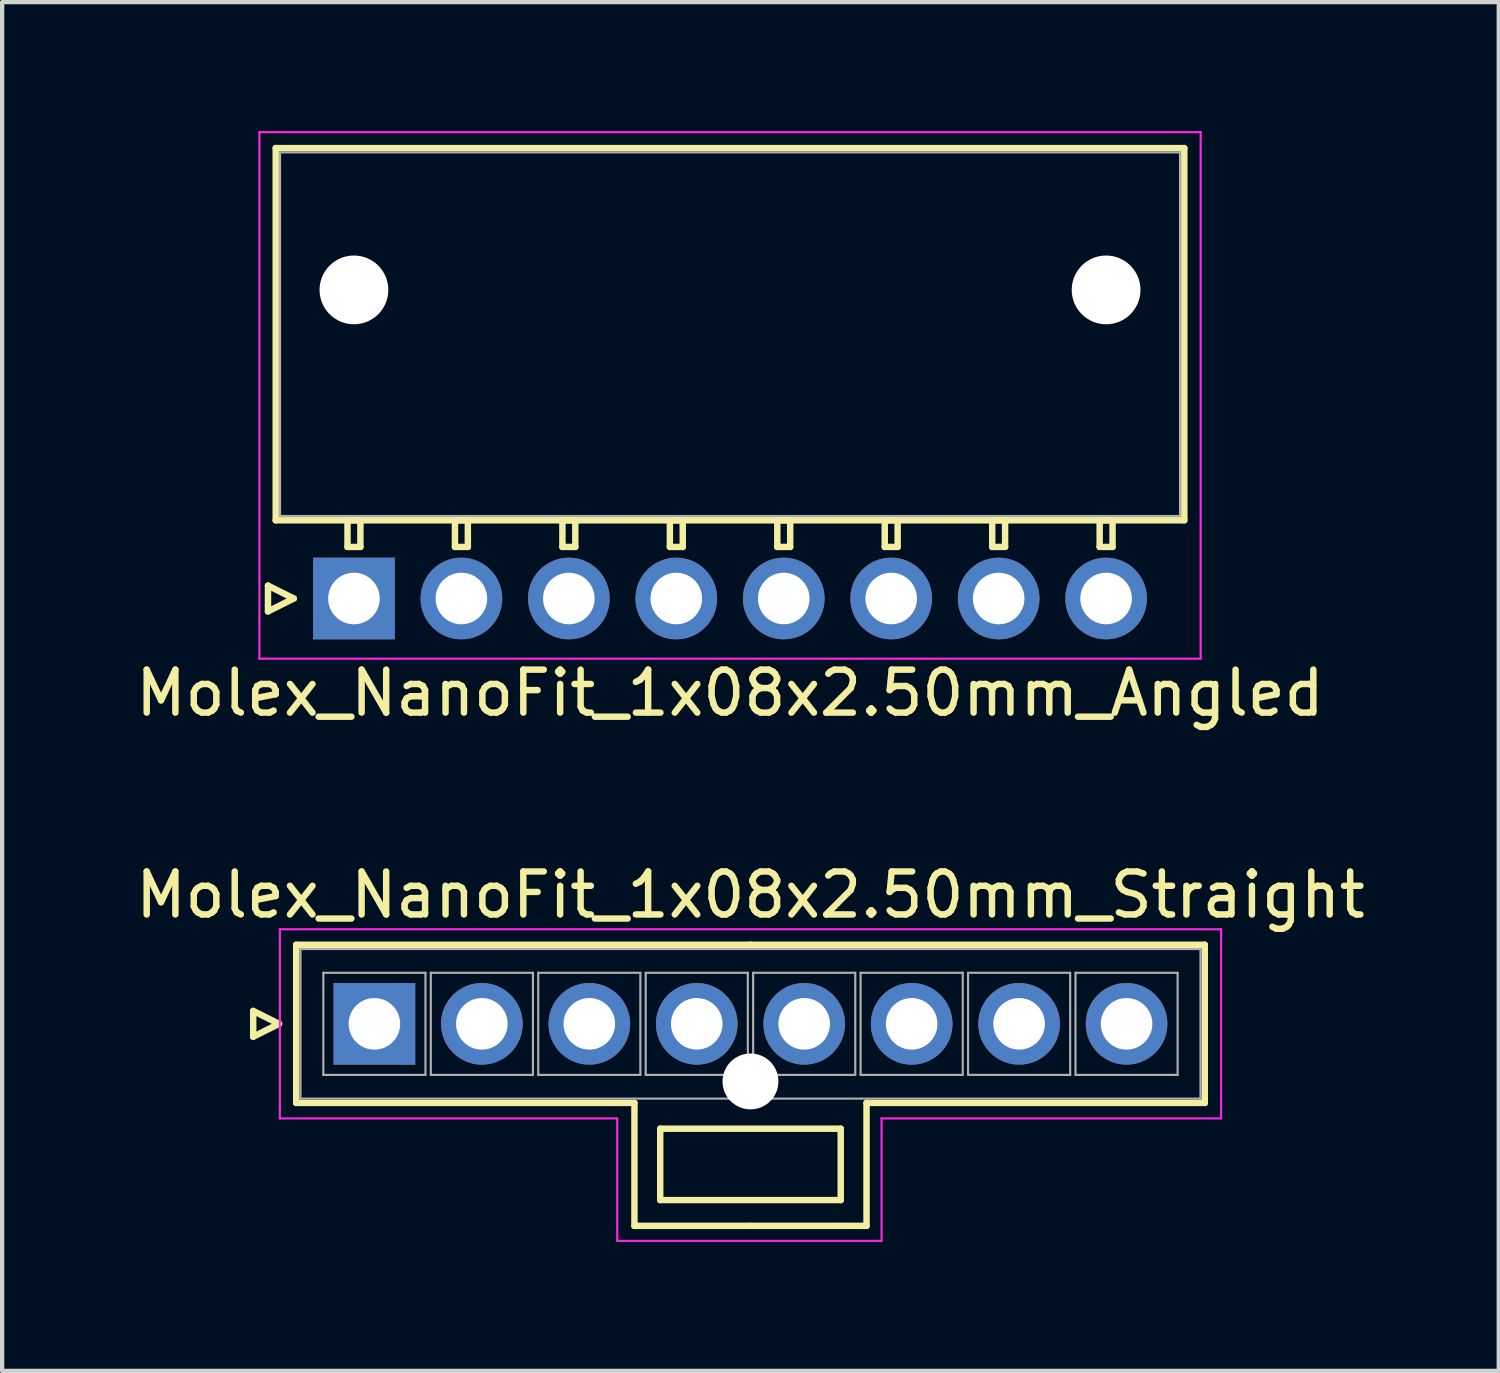
<source format=kicad_pcb>
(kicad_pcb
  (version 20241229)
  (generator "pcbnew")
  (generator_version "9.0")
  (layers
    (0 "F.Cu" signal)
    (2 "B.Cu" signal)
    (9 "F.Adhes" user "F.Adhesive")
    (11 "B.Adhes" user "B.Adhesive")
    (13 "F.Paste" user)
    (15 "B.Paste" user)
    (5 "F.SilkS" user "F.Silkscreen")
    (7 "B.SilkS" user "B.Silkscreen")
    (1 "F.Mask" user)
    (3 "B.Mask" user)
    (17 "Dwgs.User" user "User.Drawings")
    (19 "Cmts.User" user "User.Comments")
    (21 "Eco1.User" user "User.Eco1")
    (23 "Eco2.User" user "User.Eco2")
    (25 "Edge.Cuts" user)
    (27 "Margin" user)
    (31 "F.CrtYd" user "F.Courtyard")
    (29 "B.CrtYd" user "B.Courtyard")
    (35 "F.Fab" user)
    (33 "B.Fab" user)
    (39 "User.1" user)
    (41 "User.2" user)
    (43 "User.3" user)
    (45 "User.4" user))
  (footprint "Molex_NanoFit_1x08x2.50mm_Angled"
    (layer "F.Cu")
    (at 5.185 10.875)
    (property "Reference" "Molex_NanoFit_1x08x2.50mm_Angled" (at 8.75 2.2 0) (layer "F.SilkS") (effects (font (size 1 1) (thickness 0.15))))
    (attr through_hole)
    (fp_line (start -2 -0.3) (end -1.4 0) (stroke (width 0.15) (type solid)) (layer "F.SilkS"))
    (fp_line (start -2 0.3) (end -2 -0.3) (stroke (width 0.15) (type solid)) (layer "F.SilkS"))
    (fp_line (start -1.82 -10.48) (end -1.82 -1.82) (stroke (width 0.15) (type solid)) (layer "F.SilkS"))
    (fp_line (start -1.82 -1.82) (end 19.32 -1.82) (stroke (width 0.15) (type solid)) (layer "F.SilkS"))
    (fp_line (start -1.4 0) (end -2 0.3) (stroke (width 0.15) (type solid)) (layer "F.SilkS"))
    (fp_line (start -0.15 -1.82) (end -0.15 -1.2) (stroke (width 0.15) (type solid)) (layer "F.SilkS"))
    (fp_line (start -0.15 -1.2) (end 0.15 -1.2) (stroke (width 0.15) (type solid)) (layer "F.SilkS"))
    (fp_line (start 0.15 -1.82) (end -0.15 -1.82) (stroke (width 0.15) (type solid)) (layer "F.SilkS"))
    (fp_line (start 0.15 -1.2) (end 0.15 -1.82) (stroke (width 0.15) (type solid)) (layer "F.SilkS"))
    (fp_line (start 2.35 -1.82) (end 2.35 -1.2) (stroke (width 0.15) (type solid)) (layer "F.SilkS"))
    (fp_line (start 2.35 -1.2) (end 2.65 -1.2) (stroke (width 0.15) (type solid)) (layer "F.SilkS"))
    (fp_line (start 2.65 -1.82) (end 2.35 -1.82) (stroke (width 0.15) (type solid)) (layer "F.SilkS"))
    (fp_line (start 2.65 -1.2) (end 2.65 -1.82) (stroke (width 0.15) (type solid)) (layer "F.SilkS"))
    (fp_line (start 4.85 -1.82) (end 4.85 -1.2) (stroke (width 0.15) (type solid)) (layer "F.SilkS"))
    (fp_line (start 4.85 -1.2) (end 5.15 -1.2) (stroke (width 0.15) (type solid)) (layer "F.SilkS"))
    (fp_line (start 5.15 -1.82) (end 4.85 -1.82) (stroke (width 0.15) (type solid)) (layer "F.SilkS"))
    (fp_line (start 5.15 -1.2) (end 5.15 -1.82) (stroke (width 0.15) (type solid)) (layer "F.SilkS"))
    (fp_line (start 7.35 -1.82) (end 7.35 -1.2) (stroke (width 0.15) (type solid)) (layer "F.SilkS"))
    (fp_line (start 7.35 -1.2) (end 7.65 -1.2) (stroke (width 0.15) (type solid)) (layer "F.SilkS"))
    (fp_line (start 7.65 -1.82) (end 7.35 -1.82) (stroke (width 0.15) (type solid)) (layer "F.SilkS"))
    (fp_line (start 7.65 -1.2) (end 7.65 -1.82) (stroke (width 0.15) (type solid)) (layer "F.SilkS"))
    (fp_line (start 9.85 -1.82) (end 9.85 -1.2) (stroke (width 0.15) (type solid)) (layer "F.SilkS"))
    (fp_line (start 9.85 -1.2) (end 10.15 -1.2) (stroke (width 0.15) (type solid)) (layer "F.SilkS"))
    (fp_line (start 10.15 -1.82) (end 9.85 -1.82) (stroke (width 0.15) (type solid)) (layer "F.SilkS"))
    (fp_line (start 10.15 -1.2) (end 10.15 -1.82) (stroke (width 0.15) (type solid)) (layer "F.SilkS"))
    (fp_line (start 12.35 -1.82) (end 12.35 -1.2) (stroke (width 0.15) (type solid)) (layer "F.SilkS"))
    (fp_line (start 12.35 -1.2) (end 12.65 -1.2) (stroke (width 0.15) (type solid)) (layer "F.SilkS"))
    (fp_line (start 12.65 -1.82) (end 12.35 -1.82) (stroke (width 0.15) (type solid)) (layer "F.SilkS"))
    (fp_line (start 12.65 -1.2) (end 12.65 -1.82) (stroke (width 0.15) (type solid)) (layer "F.SilkS"))
    (fp_line (start 14.85 -1.82) (end 14.85 -1.2) (stroke (width 0.15) (type solid)) (layer "F.SilkS"))
    (fp_line (start 14.85 -1.2) (end 15.15 -1.2) (stroke (width 0.15) (type solid)) (layer "F.SilkS"))
    (fp_line (start 15.15 -1.82) (end 14.85 -1.82) (stroke (width 0.15) (type solid)) (layer "F.SilkS"))
    (fp_line (start 15.15 -1.2) (end 15.15 -1.82) (stroke (width 0.15) (type solid)) (layer "F.SilkS"))
    (fp_line (start 17.35 -1.82) (end 17.35 -1.2) (stroke (width 0.15) (type solid)) (layer "F.SilkS"))
    (fp_line (start 17.35 -1.2) (end 17.65 -1.2) (stroke (width 0.15) (type solid)) (layer "F.SilkS"))
    (fp_line (start 17.65 -1.82) (end 17.35 -1.82) (stroke (width 0.15) (type solid)) (layer "F.SilkS"))
    (fp_line (start 17.65 -1.2) (end 17.65 -1.82) (stroke (width 0.15) (type solid)) (layer "F.SilkS"))
    (fp_line (start 19.32 -10.48) (end -1.82 -10.48) (stroke (width 0.15) (type solid)) (layer "F.SilkS"))
    (fp_line (start 19.32 -1.82) (end 19.32 -10.48) (stroke (width 0.15) (type solid)) (layer "F.SilkS"))
    (fp_line (start -2.2 -10.85) (end -2.2 1.4) (stroke (width 0.05) (type solid)) (layer "F.CrtYd"))
    (fp_line (start -2.2 1.4) (end 19.7 1.4) (stroke (width 0.05) (type solid)) (layer "F.CrtYd"))
    (fp_line (start 19.7 -10.85) (end -2.2 -10.85) (stroke (width 0.05) (type solid)) (layer "F.CrtYd"))
    (fp_line (start 19.7 1.4) (end 19.7 -10.85) (stroke (width 0.05) (type solid)) (layer "F.CrtYd"))
    (fp_line (start -1.72 -10.38) (end -1.72 -1.92) (stroke (width 0.05) (type solid)) (layer "F.Fab"))
    (fp_line (start -1.72 -1.92) (end 19.22 -1.92) (stroke (width 0.05) (type solid)) (layer "F.Fab"))
    (fp_line (start 19.22 -10.38) (end -1.72 -10.38) (stroke (width 0.05) (type solid)) (layer "F.Fab"))
    (fp_line (start 19.22 -1.92) (end 19.22 -10.38) (stroke (width 0.05) (type solid)) (layer "F.Fab"))
    (pad "" np_thru_hole circle (at 0 -7.18) (size 1.6 1.6) (drill 1.6) (layers "*.Cu"))
    (pad "" np_thru_hole circle (at 17.5 -7.18) (size 1.6 1.6) (drill 1.6) (layers "*.Cu"))
    (pad "1" thru_hole rect (at 0 0) (size 1.9 1.9) (drill 1.2) (layers "*.Cu" "*.Mask"))
    (pad "2" thru_hole circle (at 2.5 0) (size 1.9 1.9) (drill 1.2) (layers "*.Cu" "*.Mask"))
    (pad "3" thru_hole circle (at 5 0) (size 1.9 1.9) (drill 1.2) (layers "*.Cu" "*.Mask"))
    (pad "4" thru_hole circle (at 7.5 0) (size 1.9 1.9) (drill 1.2) (layers "*.Cu" "*.Mask"))
    (pad "5" thru_hole circle (at 10 0) (size 1.9 1.9) (drill 1.2) (layers "*.Cu" "*.Mask"))
    (pad "6" thru_hole circle (at 12.5 0) (size 1.9 1.9) (drill 1.2) (layers "*.Cu" "*.Mask"))
    (pad "7" thru_hole circle (at 15 0) (size 1.9 1.9) (drill 1.2) (layers "*.Cu" "*.Mask"))
    (pad "8" thru_hole circle (at 17.5 0) (size 1.9 1.9) (drill 1.2) (layers "*.Cu" "*.Mask")))
  (footprint "Molex_NanoFit_1x08x2.50mm_Straight"
    (layer "F.Cu")
    (at 5.661 20.771)
    (property "Reference" "Molex_NanoFit_1x08x2.50mm_Straight" (at 8.75 -3 0) (layer "F.SilkS") (effects (font (size 1 1) (thickness 0.15))))
    (attr through_hole)
    (fp_line (start -2.82 -0.3) (end -2.22 0) (stroke (width 0.15) (type solid)) (layer "F.SilkS"))
    (fp_line (start -2.82 0.3) (end -2.82 -0.3) (stroke (width 0.15) (type solid)) (layer "F.SilkS"))
    (fp_line (start -2.22 0) (end -2.82 0.3) (stroke (width 0.15) (type solid)) (layer "F.SilkS"))
    (fp_line (start -1.82 -1.84) (end -1.82 1.84) (stroke (width 0.15) (type solid)) (layer "F.SilkS"))
    (fp_line (start -1.82 1.84) (end 6.05 1.84) (stroke (width 0.15) (type solid)) (layer "F.SilkS"))
    (fp_line (start 6.05 1.84) (end 6.05 4.7) (stroke (width 0.15) (type solid)) (layer "F.SilkS"))
    (fp_line (start 6.05 4.7) (end 8.75 4.7) (stroke (width 0.15) (type solid)) (layer "F.SilkS"))
    (fp_line (start 6.65 2.44) (end 6.65 4.1) (stroke (width 0.15) (type solid)) (layer "F.SilkS"))
    (fp_line (start 6.65 4.1) (end 10.85 4.1) (stroke (width 0.15) (type solid)) (layer "F.SilkS"))
    (fp_line (start 8.75 -1.84) (end -1.82 -1.84) (stroke (width 0.15) (type solid)) (layer "F.SilkS"))
    (fp_line (start 8.75 -1.84) (end 19.32 -1.84) (stroke (width 0.15) (type solid)) (layer "F.SilkS"))
    (fp_line (start 10.85 2.44) (end 6.65 2.44) (stroke (width 0.15) (type solid)) (layer "F.SilkS"))
    (fp_line (start 10.85 4.1) (end 10.85 2.44) (stroke (width 0.15) (type solid)) (layer "F.SilkS"))
    (fp_line (start 11.45 1.84) (end 11.45 4.7) (stroke (width 0.15) (type solid)) (layer "F.SilkS"))
    (fp_line (start 11.45 4.7) (end 8.75 4.7) (stroke (width 0.15) (type solid)) (layer "F.SilkS"))
    (fp_line (start 19.32 -1.84) (end 19.32 1.84) (stroke (width 0.15) (type solid)) (layer "F.SilkS"))
    (fp_line (start 19.32 1.84) (end 11.45 1.84) (stroke (width 0.15) (type solid)) (layer "F.SilkS"))
    (fp_line (start -2.2 -2.2) (end -2.2 2.2) (stroke (width 0.05) (type solid)) (layer "F.CrtYd"))
    (fp_line (start -2.2 2.2) (end 5.65 2.2) (stroke (width 0.05) (type solid)) (layer "F.CrtYd"))
    (fp_line (start 5.65 2.2) (end 5.65 5.05) (stroke (width 0.05) (type solid)) (layer "F.CrtYd"))
    (fp_line (start 5.65 5.05) (end 11.8 5.05) (stroke (width 0.05) (type solid)) (layer "F.CrtYd"))
    (fp_line (start 11.8 2.2) (end 19.7 2.2) (stroke (width 0.05) (type solid)) (layer "F.CrtYd"))
    (fp_line (start 11.8 5.05) (end 11.8 2.2) (stroke (width 0.05) (type solid)) (layer "F.CrtYd"))
    (fp_line (start 19.7 -2.2) (end -2.2 -2.2) (stroke (width 0.05) (type solid)) (layer "F.CrtYd"))
    (fp_line (start 19.7 2.2) (end 19.7 -2.2) (stroke (width 0.05) (type solid)) (layer "F.CrtYd"))
    (fp_line (start -1.72 -1.74) (end -1.72 1.74) (stroke (width 0.05) (type solid)) (layer "F.Fab"))
    (fp_line (start -1.72 1.74) (end 19.22 1.74) (stroke (width 0.05) (type solid)) (layer "F.Fab"))
    (fp_line (start -1.188 -1.188) (end -1.188 1.188) (stroke (width 0.05) (type solid)) (layer "F.Fab"))
    (fp_line (start -1.188 1.188) (end 1.188 1.188) (stroke (width 0.05) (type solid)) (layer "F.Fab"))
    (fp_line (start 1.188 -1.188) (end -1.188 -1.188) (stroke (width 0.05) (type solid)) (layer "F.Fab"))
    (fp_line (start 1.188 1.188) (end 1.188 -1.188) (stroke (width 0.05) (type solid)) (layer "F.Fab"))
    (fp_line (start 1.312 -1.188) (end 1.312 1.188) (stroke (width 0.05) (type solid)) (layer "F.Fab"))
    (fp_line (start 1.312 1.188) (end 3.688 1.188) (stroke (width 0.05) (type solid)) (layer "F.Fab"))
    (fp_line (start 3.688 -1.188) (end 1.312 -1.188) (stroke (width 0.05) (type solid)) (layer "F.Fab"))
    (fp_line (start 3.688 1.188) (end 3.688 -1.188) (stroke (width 0.05) (type solid)) (layer "F.Fab"))
    (fp_line (start 3.812 -1.188) (end 3.812 1.188) (stroke (width 0.05) (type solid)) (layer "F.Fab"))
    (fp_line (start 3.812 1.188) (end 6.188 1.188) (stroke (width 0.05) (type solid)) (layer "F.Fab"))
    (fp_line (start 6.188 -1.188) (end 3.812 -1.188) (stroke (width 0.05) (type solid)) (layer "F.Fab"))
    (fp_line (start 6.188 1.188) (end 6.188 -1.188) (stroke (width 0.05) (type solid)) (layer "F.Fab"))
    (fp_line (start 6.312 -1.188) (end 6.312 1.188) (stroke (width 0.05) (type solid)) (layer "F.Fab"))
    (fp_line (start 6.312 1.188) (end 8.688 1.188) (stroke (width 0.05) (type solid)) (layer "F.Fab"))
    (fp_line (start 8.688 -1.188) (end 6.312 -1.188) (stroke (width 0.05) (type solid)) (layer "F.Fab"))
    (fp_line (start 8.688 1.188) (end 8.688 -1.188) (stroke (width 0.05) (type solid)) (layer "F.Fab"))
    (fp_line (start 8.812 -1.188) (end 8.812 1.188) (stroke (width 0.05) (type solid)) (layer "F.Fab"))
    (fp_line (start 8.812 1.188) (end 11.188 1.188) (stroke (width 0.05) (type solid)) (layer "F.Fab"))
    (fp_line (start 11.188 -1.188) (end 8.812 -1.188) (stroke (width 0.05) (type solid)) (layer "F.Fab"))
    (fp_line (start 11.188 1.188) (end 11.188 -1.188) (stroke (width 0.05) (type solid)) (layer "F.Fab"))
    (fp_line (start 11.312 -1.188) (end 11.312 1.188) (stroke (width 0.05) (type solid)) (layer "F.Fab"))
    (fp_line (start 11.312 1.188) (end 13.688 1.188) (stroke (width 0.05) (type solid)) (layer "F.Fab"))
    (fp_line (start 13.688 -1.188) (end 11.312 -1.188) (stroke (width 0.05) (type solid)) (layer "F.Fab"))
    (fp_line (start 13.688 1.188) (end 13.688 -1.188) (stroke (width 0.05) (type solid)) (layer "F.Fab"))
    (fp_line (start 13.812 -1.188) (end 13.812 1.188) (stroke (width 0.05) (type solid)) (layer "F.Fab"))
    (fp_line (start 13.812 1.188) (end 16.188 1.188) (stroke (width 0.05) (type solid)) (layer "F.Fab"))
    (fp_line (start 16.188 -1.188) (end 13.812 -1.188) (stroke (width 0.05) (type solid)) (layer "F.Fab"))
    (fp_line (start 16.188 1.188) (end 16.188 -1.188) (stroke (width 0.05) (type solid)) (layer "F.Fab"))
    (fp_line (start 16.312 -1.188) (end 16.312 1.188) (stroke (width 0.05) (type solid)) (layer "F.Fab"))
    (fp_line (start 16.312 1.188) (end 18.688 1.188) (stroke (width 0.05) (type solid)) (layer "F.Fab"))
    (fp_line (start 18.688 -1.188) (end 16.312 -1.188) (stroke (width 0.05) (type solid)) (layer "F.Fab"))
    (fp_line (start 18.688 1.188) (end 18.688 -1.188) (stroke (width 0.05) (type solid)) (layer "F.Fab"))
    (fp_line (start 19.22 -1.74) (end -1.72 -1.74) (stroke (width 0.05) (type solid)) (layer "F.Fab"))
    (fp_line (start 19.22 1.74) (end 19.22 -1.74) (stroke (width 0.05) (type solid)) (layer "F.Fab"))
    (pad "" np_thru_hole circle (at 8.75 1.34) (size 1.3 1.3) (drill 1.3) (layers "*.Cu"))
    (pad "1" thru_hole rect (at 0 0) (size 1.9 1.9) (drill 1.2) (layers "*.Cu" "*.Mask"))
    (pad "2" thru_hole circle (at 2.5 0) (size 1.9 1.9) (drill 1.2) (layers "*.Cu" "*.Mask"))
    (pad "3" thru_hole circle (at 5 0) (size 1.9 1.9) (drill 1.2) (layers "*.Cu" "*.Mask"))
    (pad "4" thru_hole circle (at 7.5 0) (size 1.9 1.9) (drill 1.2) (layers "*.Cu" "*.Mask"))
    (pad "5" thru_hole circle (at 10 0) (size 1.9 1.9) (drill 1.2) (layers "*.Cu" "*.Mask"))
    (pad "6" thru_hole circle (at 12.5 0) (size 1.9 1.9) (drill 1.2) (layers "*.Cu" "*.Mask"))
    (pad "7" thru_hole circle (at 15 0) (size 1.9 1.9) (drill 1.2) (layers "*.Cu" "*.Mask"))
    (pad "8" thru_hole circle (at 17.5 0) (size 1.9 1.9) (drill 1.2) (layers "*.Cu" "*.Mask")))
  (gr_rect
    (start -3 -3)
    (end 31.821 28.846)
    (stroke (width 0.1) (type default))
    (fill no)
    (layer "Edge.Cuts")))
</source>
